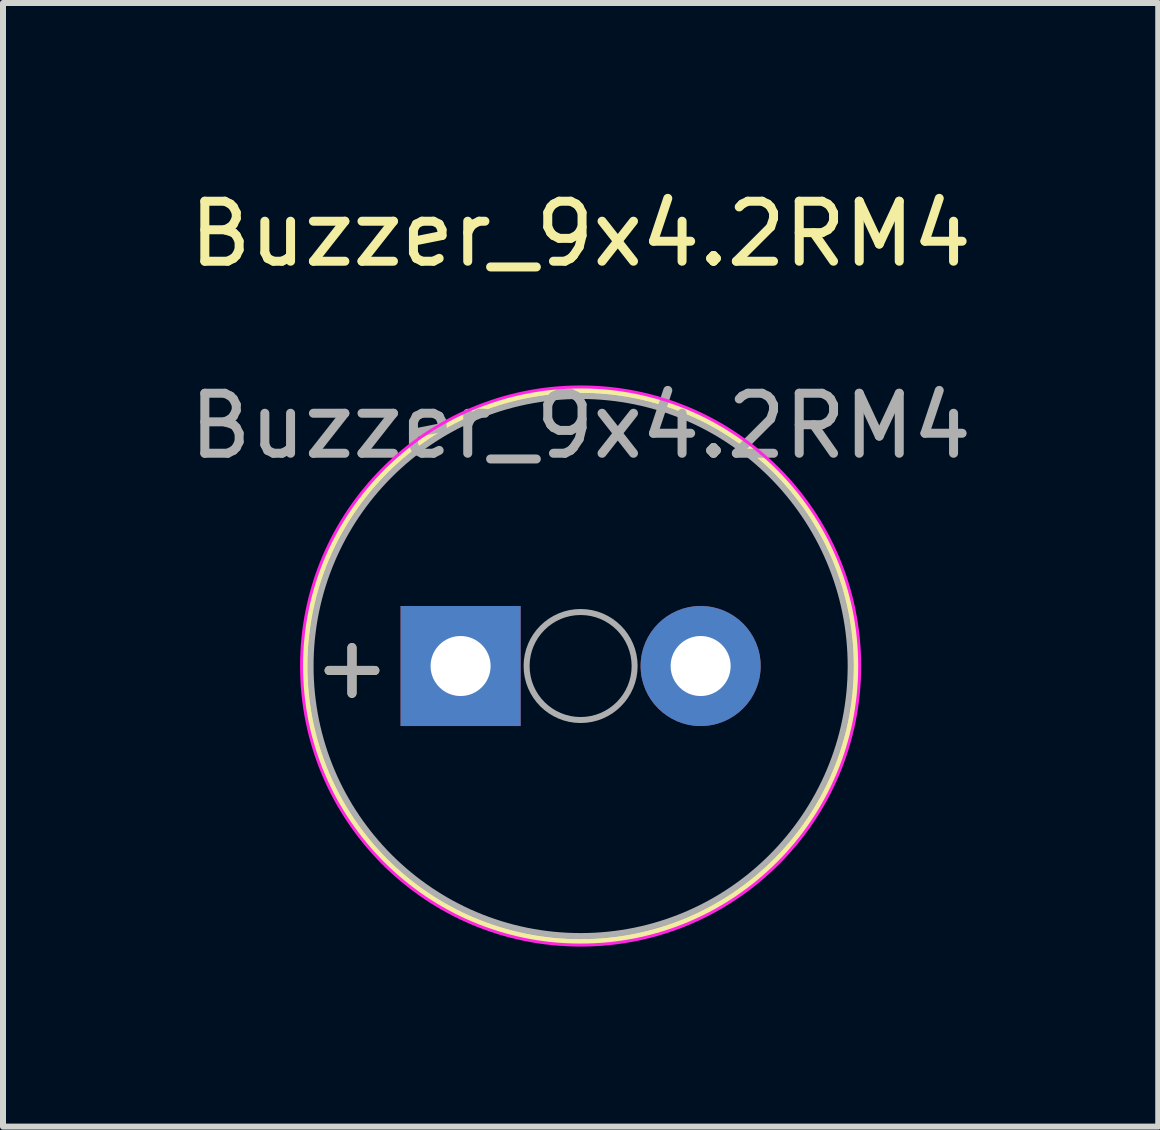
<source format=kicad_pcb>
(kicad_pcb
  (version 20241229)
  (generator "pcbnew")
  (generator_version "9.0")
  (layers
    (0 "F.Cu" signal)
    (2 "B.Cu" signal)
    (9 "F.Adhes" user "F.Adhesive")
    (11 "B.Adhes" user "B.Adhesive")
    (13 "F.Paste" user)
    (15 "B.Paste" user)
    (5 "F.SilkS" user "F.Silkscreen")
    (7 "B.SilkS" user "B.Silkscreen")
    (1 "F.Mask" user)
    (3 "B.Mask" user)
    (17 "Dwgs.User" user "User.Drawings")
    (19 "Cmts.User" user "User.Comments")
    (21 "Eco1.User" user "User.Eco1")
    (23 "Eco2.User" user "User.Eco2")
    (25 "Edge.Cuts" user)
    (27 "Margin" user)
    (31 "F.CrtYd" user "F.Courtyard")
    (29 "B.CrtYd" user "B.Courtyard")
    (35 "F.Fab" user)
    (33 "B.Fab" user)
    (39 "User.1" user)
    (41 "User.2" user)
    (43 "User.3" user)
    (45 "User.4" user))
  (footprint "Buzzer_9x4.2RM4"
    (layer "F.Cu")
    (at 6.625 8.048)
    (property "Reference" "Buzzer_9x4.2RM4" (at 0 -7.2 0) (layer "F.SilkS") (effects (font (size 1 1) (thickness 0.15))))
    (attr through_hole)
    (fp_circle (center 0 0) (end 4.6 0) (stroke (width 0.12) (type solid)) (fill no) (layer "F.SilkS"))
    (fp_circle (center 0 0) (end 4.65 0) (stroke (width 0.05) (type solid)) (fill no) (layer "F.CrtYd"))
    (fp_circle (center 0 0) (end 0.9 0) (stroke (width 0.1) (type solid)) (fill no) (layer "F.Fab"))
    (fp_circle (center 0 0) (end 4.5 0) (stroke (width 0.1) (type solid)) (fill no) (layer "F.Fab"))
    (fp_text user "+" (at -3.81 0 0) (layer "F.SilkS") (effects (font (size 1 1) (thickness 0.15))))
    (fp_text user "+" (at -3.81 0 0) (layer "F.Fab") (effects (font (size 1 1) (thickness 0.15))))
    (fp_text user "${REFERENCE}" (at 0 -4 0) (layer "F.Fab") (effects (font (size 1 1) (thickness 0.15))))
    (pad "1" thru_hole rect (at -2 0) (size 2 2) (drill 1) (layers "*.Cu" "*.Mask"))
    (pad "2" thru_hole circle (at 2 0) (size 2 2) (drill 1) (layers "*.Cu" "*.Mask")))
  (gr_rect
    (start -3 -3)
    (end 16.25 15.723)
    (stroke (width 0.1) (type default))
    (fill no)
    (layer "Edge.Cuts")))
</source>
